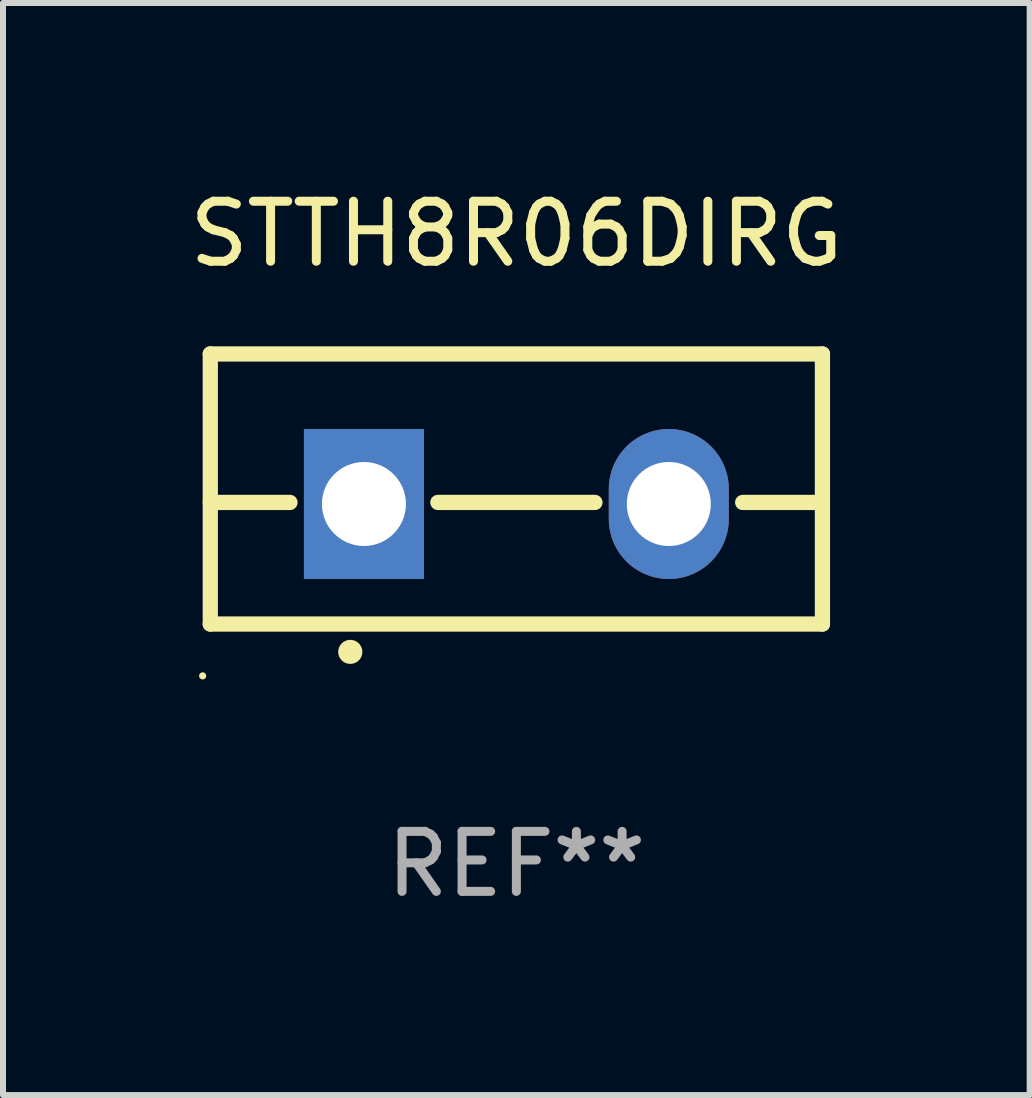
<source format=kicad_pcb>
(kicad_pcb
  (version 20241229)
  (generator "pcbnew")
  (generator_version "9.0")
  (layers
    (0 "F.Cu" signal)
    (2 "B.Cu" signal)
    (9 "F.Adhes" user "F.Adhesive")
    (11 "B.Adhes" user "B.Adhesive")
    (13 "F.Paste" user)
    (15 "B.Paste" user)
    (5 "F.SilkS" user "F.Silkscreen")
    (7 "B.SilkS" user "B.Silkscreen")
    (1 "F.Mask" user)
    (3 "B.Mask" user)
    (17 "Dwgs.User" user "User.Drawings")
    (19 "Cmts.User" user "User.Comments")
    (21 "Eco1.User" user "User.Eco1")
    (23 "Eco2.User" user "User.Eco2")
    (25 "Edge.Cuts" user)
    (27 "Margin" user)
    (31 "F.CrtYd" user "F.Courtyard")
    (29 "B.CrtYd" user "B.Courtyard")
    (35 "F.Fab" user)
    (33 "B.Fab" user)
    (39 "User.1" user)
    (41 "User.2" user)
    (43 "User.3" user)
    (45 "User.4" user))
  (footprint "STTH8R06DIRG"
    (layer "F.Cu")
    (at 5.554 5.098)
    (property "Reference" "STTH8R06DIRG" (at 0 -4.25 0) (layer "F.SilkS") (effects (font (size 1 1) (thickness 0.15))))
    (attr through_hole)
    (fp_line (start -5.1 -2.25) (end -5.1 2.25) (stroke (width 0.254) (type solid)) (layer "F.SilkS"))
    (fp_line (start -5.1 0.224) (end -3.772 0.224) (stroke (width 0.254) (type solid)) (layer "F.SilkS"))
    (fp_line (start -5.1 2.25) (end 5.1 2.25) (stroke (width 0.254) (type solid)) (layer "F.SilkS"))
    (fp_line (start -1.308 0.224) (end 1.309 0.224) (stroke (width 0.254) (type solid)) (layer "F.SilkS"))
    (fp_line (start 3.771 0.224) (end 5.1 0.224) (stroke (width 0.254) (type solid)) (layer "F.SilkS"))
    (fp_line (start 5.1 -2.25) (end -5.1 -2.25) (stroke (width 0.254) (type solid)) (layer "F.SilkS"))
    (fp_line (start 5.1 -2.25) (end 5.1 2.25) (stroke (width 0.254) (type solid)) (layer "F.SilkS"))
    (fp_arc (start -2.768606 2.713805) (mid -2.767336 2.713801) (end -2.766066 2.713805) (stroke (width 0.4) (type solid)) (layer "F.SilkS"))
    (fp_circle (center -5.227 3.114) (end -5.197 3.114) (stroke (width 0.06) (type solid)) (fill no) (layer "F.SilkS"))
    (fp_text user "REF**" (at 0 6.25 0) (layer "F.Fab") (effects (font (size 1 1) (thickness 0.15))))
    (pad "1" thru_hole rect (at -2.54 0.25) (size 2 2.5) (drill 1.4) (layers "*.Cu" "*.Mask"))
    (pad "3" thru_hole oval (at 2.54 0.25) (size 2 2.5) (drill 1.4) (layers "*.Cu" "*.Mask")))
  (gr_rect
    (start -3 -3)
    (end 14.107 15.197)
    (stroke (width 0.1) (type default))
    (fill no)
    (layer "Edge.Cuts")))
</source>
